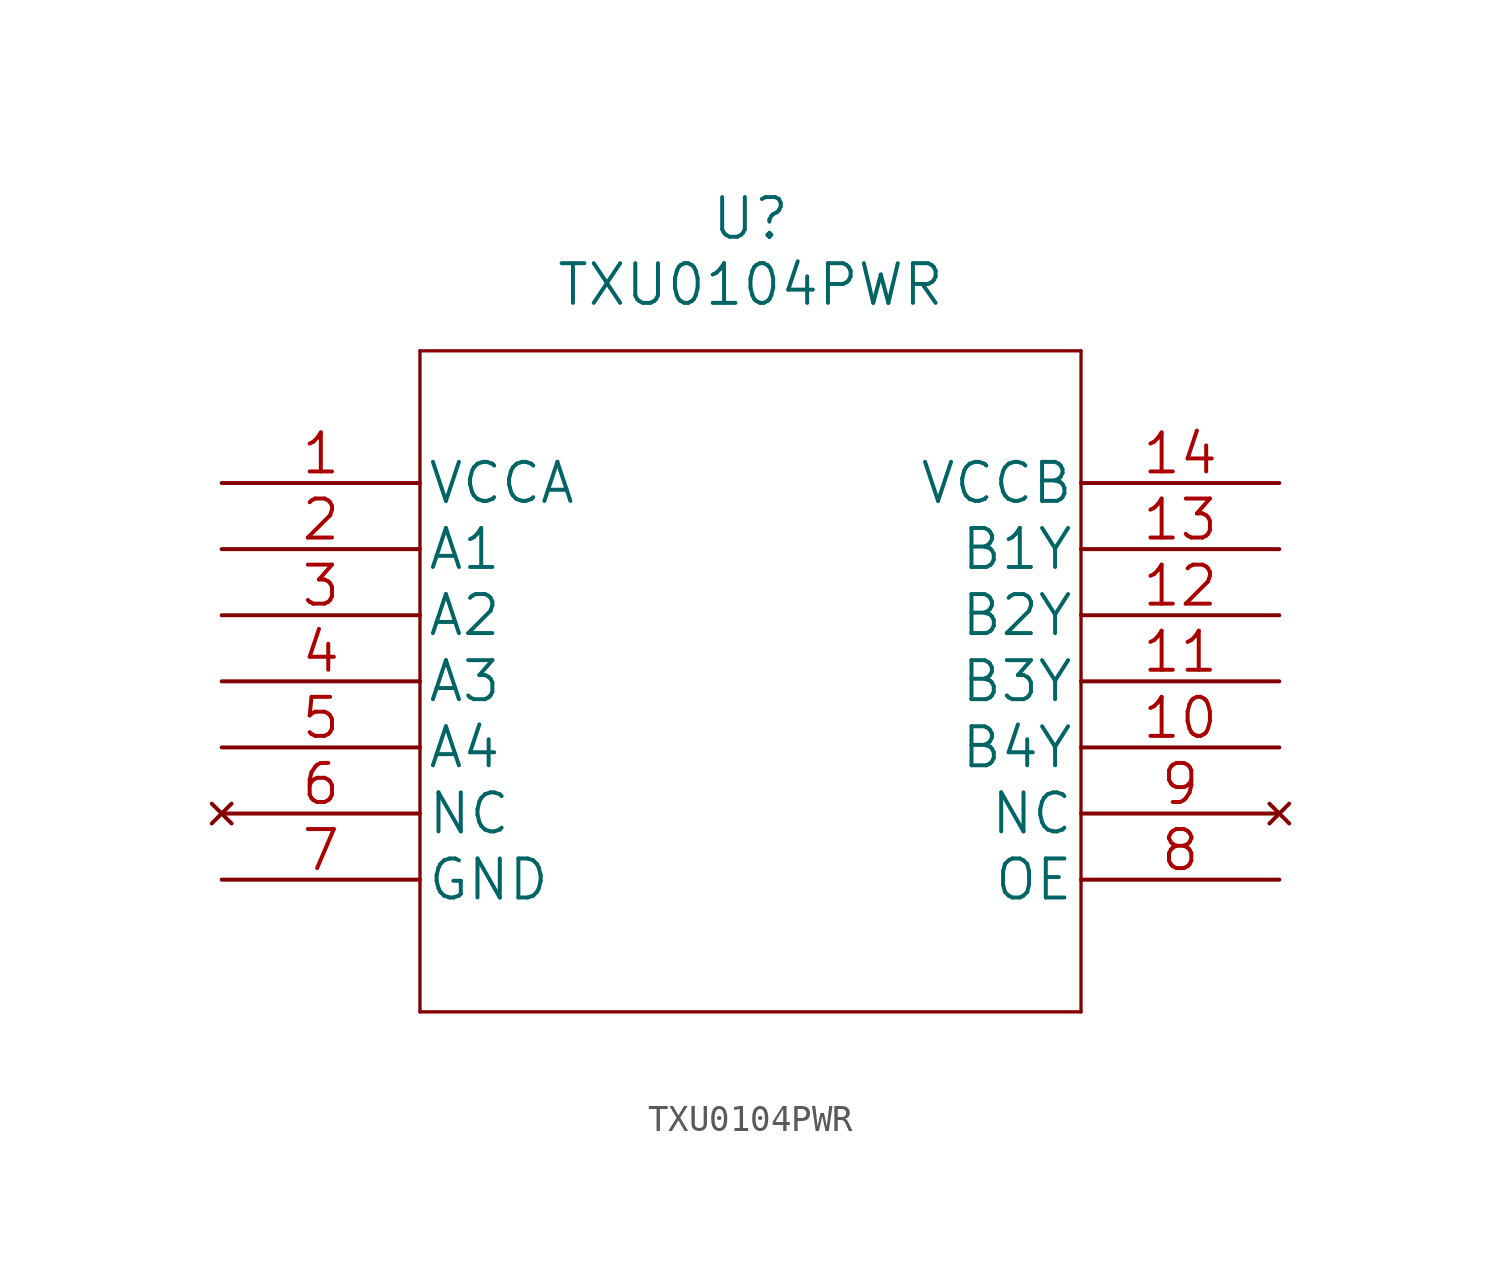
<source format=kicad_sym>
(kicad_symbol_lib
  (version 20211014)
  (generator kicad_symbol_editor)
  (symbol "TXU0104PWR"
    (pin_names
      (offset 0.254))
    (property "Reference" "U"
      (at 20.32 10.16 0)
      (effects (font (size 1.524 1.524))))
    (property "Value" "TXU0104PWR"
      (at 20.32 7.62 0)
      (effects (font (size 1.524 1.524))))
    (property "Datasheet" ""
      (at 0 0 0)
      (effects (font (size 1.524 1.524))))
    (property "ki_locked" ""
      (at 0 0 0)
      (effects (font (size 1.27 1.27))))
    (symbol "TXU0104PWR_1_1"
      (polyline (pts (xy 7.62 -20.32) (xy 33.02 -20.32)) (stroke (width 0.127) (type default) (color 0 0 0 0)) (fill (type none)))
      (polyline (pts (xy 7.62 5.08) (xy 7.62 -20.32)) (stroke (width 0.127) (type default) (color 0 0 0 0)) (fill (type none)))
      (polyline (pts (xy 33.02 -20.32) (xy 33.02 5.08)) (stroke (width 0.127) (type default) (color 0 0 0 0)) (fill (type none)))
      (polyline (pts (xy 33.02 5.08) (xy 7.62 5.08)) (stroke (width 0.127) (type default) (color 0 0 0 0)) (fill (type none)))
      (pin power_in line (at 0 0 0) (length 7.62) (name "VCCA" (effects (font (size 1.499 1.499)))) (number "1" (effects (font (size 1.499 1.499)))))
      (pin bidirectional line (at 40.64 -10.16 180) (length 7.62) (name "B4Y" (effects (font (size 1.499 1.499)))) (number "10" (effects (font (size 1.499 1.499)))))
      (pin bidirectional line (at 40.64 -7.62 180) (length 7.62) (name "B3Y" (effects (font (size 1.499 1.499)))) (number "11" (effects (font (size 1.499 1.499)))))
      (pin bidirectional line (at 40.64 -5.08 180) (length 7.62) (name "B2Y" (effects (font (size 1.499 1.499)))) (number "12" (effects (font (size 1.499 1.499)))))
      (pin bidirectional line (at 40.64 -2.54 180) (length 7.62) (name "B1Y" (effects (font (size 1.499 1.499)))) (number "13" (effects (font (size 1.499 1.499)))))
      (pin power_in line (at 40.64 0 180) (length 7.62) (name "VCCB" (effects (font (size 1.499 1.499)))) (number "14" (effects (font (size 1.499 1.499)))))
      (pin bidirectional line (at 0 -2.54 0) (length 7.62) (name "A1" (effects (font (size 1.499 1.499)))) (number "2" (effects (font (size 1.499 1.499)))))
      (pin bidirectional line (at 0 -5.08 0) (length 7.62) (name "A2" (effects (font (size 1.499 1.499)))) (number "3" (effects (font (size 1.499 1.499)))))
      (pin bidirectional line (at 0 -7.62 0) (length 7.62) (name "A3" (effects (font (size 1.499 1.499)))) (number "4" (effects (font (size 1.499 1.499)))))
      (pin bidirectional line (at 0 -10.16 0) (length 7.62) (name "A4" (effects (font (size 1.499 1.499)))) (number "5" (effects (font (size 1.499 1.499)))))
      (pin no_connect line (at 0 -12.7 0) (length 7.62) (name "NC" (effects (font (size 1.499 1.499)))) (number "6" (effects (font (size 1.499 1.499)))))
      (pin power_in line (at 0 -15.24 0) (length 7.62) (name "GND" (effects (font (size 1.499 1.499)))) (number "7" (effects (font (size 1.499 1.499)))))
      (pin unspecified line (at 40.64 -15.24 180) (length 7.62) (name "OE" (effects (font (size 1.499 1.499)))) (number "8" (effects (font (size 1.499 1.499)))))
      (pin no_connect line (at 40.64 -12.7 180) (length 7.62) (name "NC" (effects (font (size 1.499 1.499)))) (number "9" (effects (font (size 1.499 1.499))))))))
</source>
